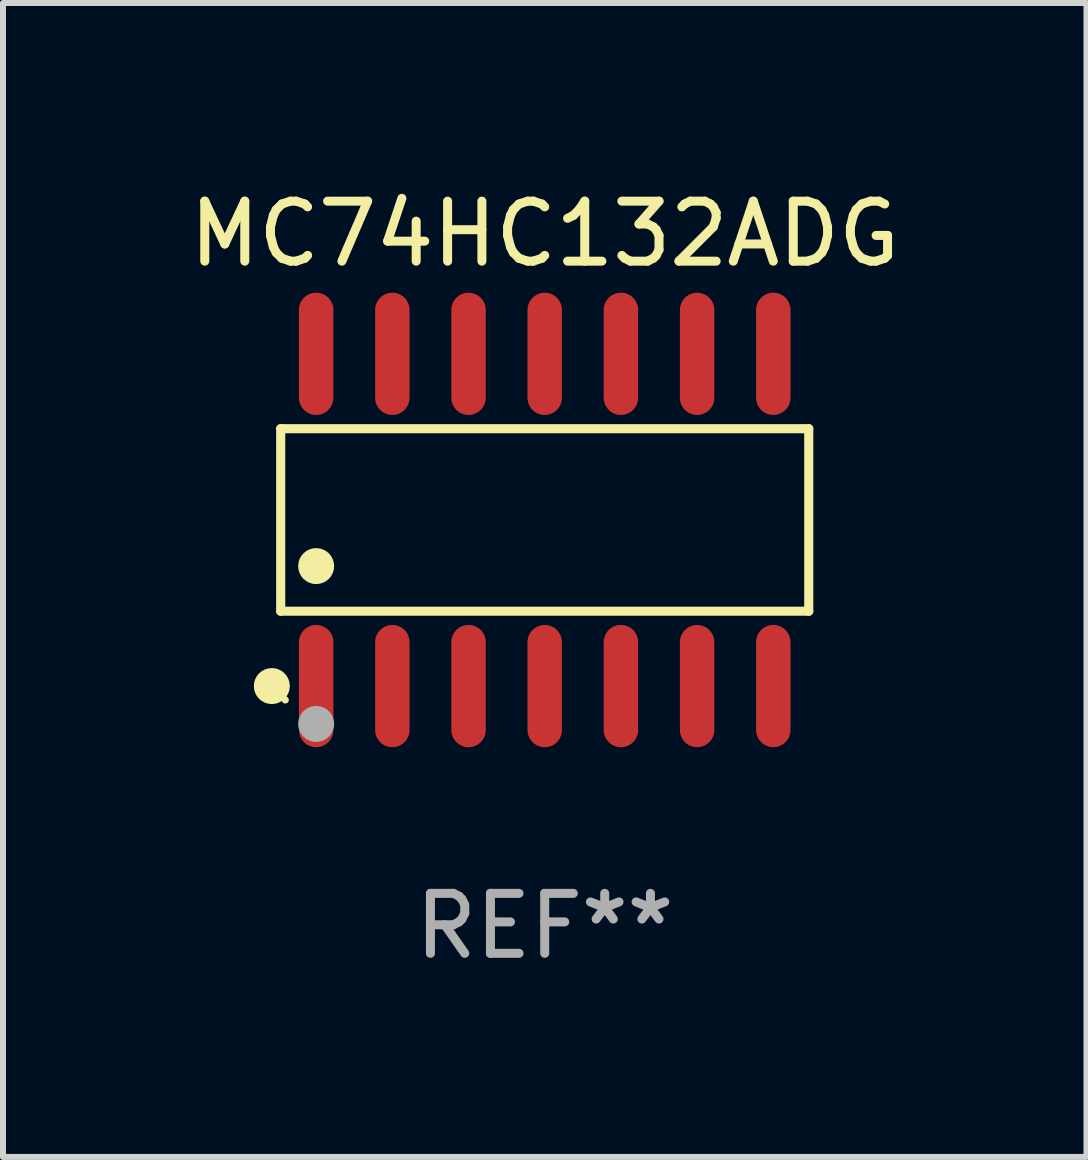
<source format=kicad_pcb>
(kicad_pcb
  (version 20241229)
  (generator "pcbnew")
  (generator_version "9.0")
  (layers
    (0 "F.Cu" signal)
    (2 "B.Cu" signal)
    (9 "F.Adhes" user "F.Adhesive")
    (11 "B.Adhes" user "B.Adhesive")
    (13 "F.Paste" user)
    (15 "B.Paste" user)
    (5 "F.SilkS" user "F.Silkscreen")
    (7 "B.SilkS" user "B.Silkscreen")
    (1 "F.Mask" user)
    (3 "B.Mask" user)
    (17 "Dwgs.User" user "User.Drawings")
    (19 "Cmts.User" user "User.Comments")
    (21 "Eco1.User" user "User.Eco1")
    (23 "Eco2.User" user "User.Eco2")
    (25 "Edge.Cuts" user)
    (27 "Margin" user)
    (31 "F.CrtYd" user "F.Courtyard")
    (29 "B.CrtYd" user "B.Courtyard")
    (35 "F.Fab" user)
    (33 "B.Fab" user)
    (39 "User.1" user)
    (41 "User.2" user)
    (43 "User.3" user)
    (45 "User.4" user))
  (footprint "MC74HC132ADG"
    (layer "F.Cu")
    (at 6.03 5.617)
    (property "Reference" "MC74HC132ADG" (at 0 -4.769 0) (layer "F.SilkS") (effects (font (size 1 1) (thickness 0.15))))
    (attr through_hole)
    (fp_line (start -4.401 -1.521) (end 4.401 -1.521) (stroke (width 0.152) (type solid)) (layer "F.SilkS"))
    (fp_line (start -4.401 1.521) (end -4.401 -1.521) (stroke (width 0.152) (type solid)) (layer "F.SilkS"))
    (fp_line (start 4.401 -1.521) (end 4.401 1.521) (stroke (width 0.152) (type solid)) (layer "F.SilkS"))
    (fp_line (start 4.401 1.521) (end -4.401 1.521) (stroke (width 0.152) (type solid)) (layer "F.SilkS"))
    (fp_circle (center -4.549 2.769) (end -4.399 2.769) (stroke (width 0.3) (type solid)) (fill no) (layer "F.SilkS"))
    (fp_circle (center -4.325 3) (end -4.295 3) (stroke (width 0.06) (type solid)) (fill no) (layer "F.SilkS"))
    (fp_circle (center -3.81 0.769) (end -3.66 0.769) (stroke (width 0.3) (type solid)) (fill no) (layer "F.SilkS"))
    (fp_circle (center -3.81 3.4) (end -3.66 3.4) (stroke (width 0.3) (type solid)) (fill no) (layer "F.Fab"))
    (fp_text user "REF**" (at 0 6.769 0) (layer "F.Fab") (effects (font (size 1 1) (thickness 0.15))))
    (pad "1" smd oval (at -3.81 2.769) (size 0.574 2.038) (layers "F.Cu" "F.Mask" "F.Paste"))
    (pad "2" smd oval (at -2.54 2.769) (size 0.574 2.038) (layers "F.Cu" "F.Mask" "F.Paste"))
    (pad "3" smd oval (at -1.27 2.769) (size 0.574 2.038) (layers "F.Cu" "F.Mask" "F.Paste"))
    (pad "4" smd oval (at 0 2.769) (size 0.574 2.038) (layers "F.Cu" "F.Mask" "F.Paste"))
    (pad "5" smd oval (at 1.27 2.769) (size 0.574 2.038) (layers "F.Cu" "F.Mask" "F.Paste"))
    (pad "6" smd oval (at 2.54 2.769) (size 0.574 2.038) (layers "F.Cu" "F.Mask" "F.Paste"))
    (pad "7" smd oval (at 3.81 2.769) (size 0.574 2.038) (layers "F.Cu" "F.Mask" "F.Paste"))
    (pad "8" smd oval (at 3.81 -2.769) (size 0.574 2.038) (layers "F.Cu" "F.Mask" "F.Paste"))
    (pad "9" smd oval (at 2.54 -2.769) (size 0.574 2.038) (layers "F.Cu" "F.Mask" "F.Paste"))
    (pad "10" smd oval (at 1.27 -2.769) (size 0.574 2.038) (layers "F.Cu" "F.Mask" "F.Paste"))
    (pad "11" smd oval (at 0 -2.769) (size 0.574 2.038) (layers "F.Cu" "F.Mask" "F.Paste"))
    (pad "12" smd oval (at -1.27 -2.769) (size 0.574 2.038) (layers "F.Cu" "F.Mask" "F.Paste"))
    (pad "13" smd oval (at -2.54 -2.769) (size 0.574 2.038) (layers "F.Cu" "F.Mask" "F.Paste"))
    (pad "14" smd oval (at -3.81 -2.769) (size 0.574 2.038) (layers "F.Cu" "F.Mask" "F.Paste")))
  (gr_rect
    (start -3 -3)
    (end 15.06 16.235)
    (stroke (width 0.1) (type default))
    (fill no)
    (layer "Edge.Cuts")))
</source>
